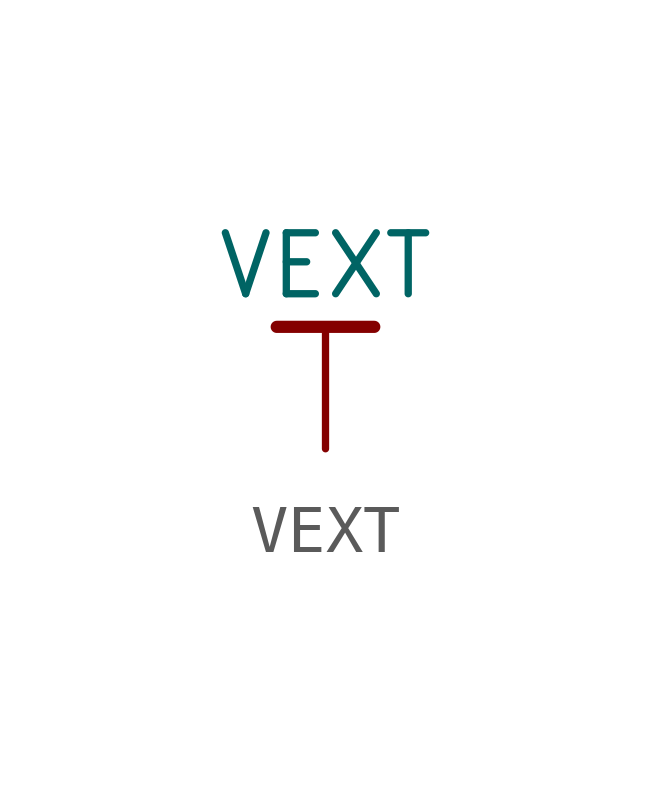
<source format=kicad_sym>
(kicad_symbol_lib
  (version 20211014)
  (generator kicad_symbol_editor)
  (symbol "VEXT"
    (power)
    (pin_numbers hide)
    (pin_names
      (offset 0) hide)
    (property "Reference" "#PWR"
      (at 0 -1.905 0)
      (effects (font (size 1.27 1.27)) hide))
    (property "Value" "VEXT"
      (at 0 3.81 0)
      (effects (font (size 1.27 1.27))))
    (symbol "VEXT_0_1"
      (polyline (pts (xy -1.016 2.54) (xy 1.016 2.54)) (stroke (width 0.254) (type default) (color 0 0 0 0)) (fill (type none)))
      (polyline (pts (xy 0 2.54) (xy 0 0)) (stroke (width 0.152) (type default) (color 0 0 0 0)) (fill (type none))))
    (symbol "VEXT_1_1"
      (pin power_in line (at 0 0 90) (length 0) hide (name "VEXT" (effects (font (size 0.635 0.635)))) (number "1" (effects (font (size 0.635 0.635))))))))
</source>
